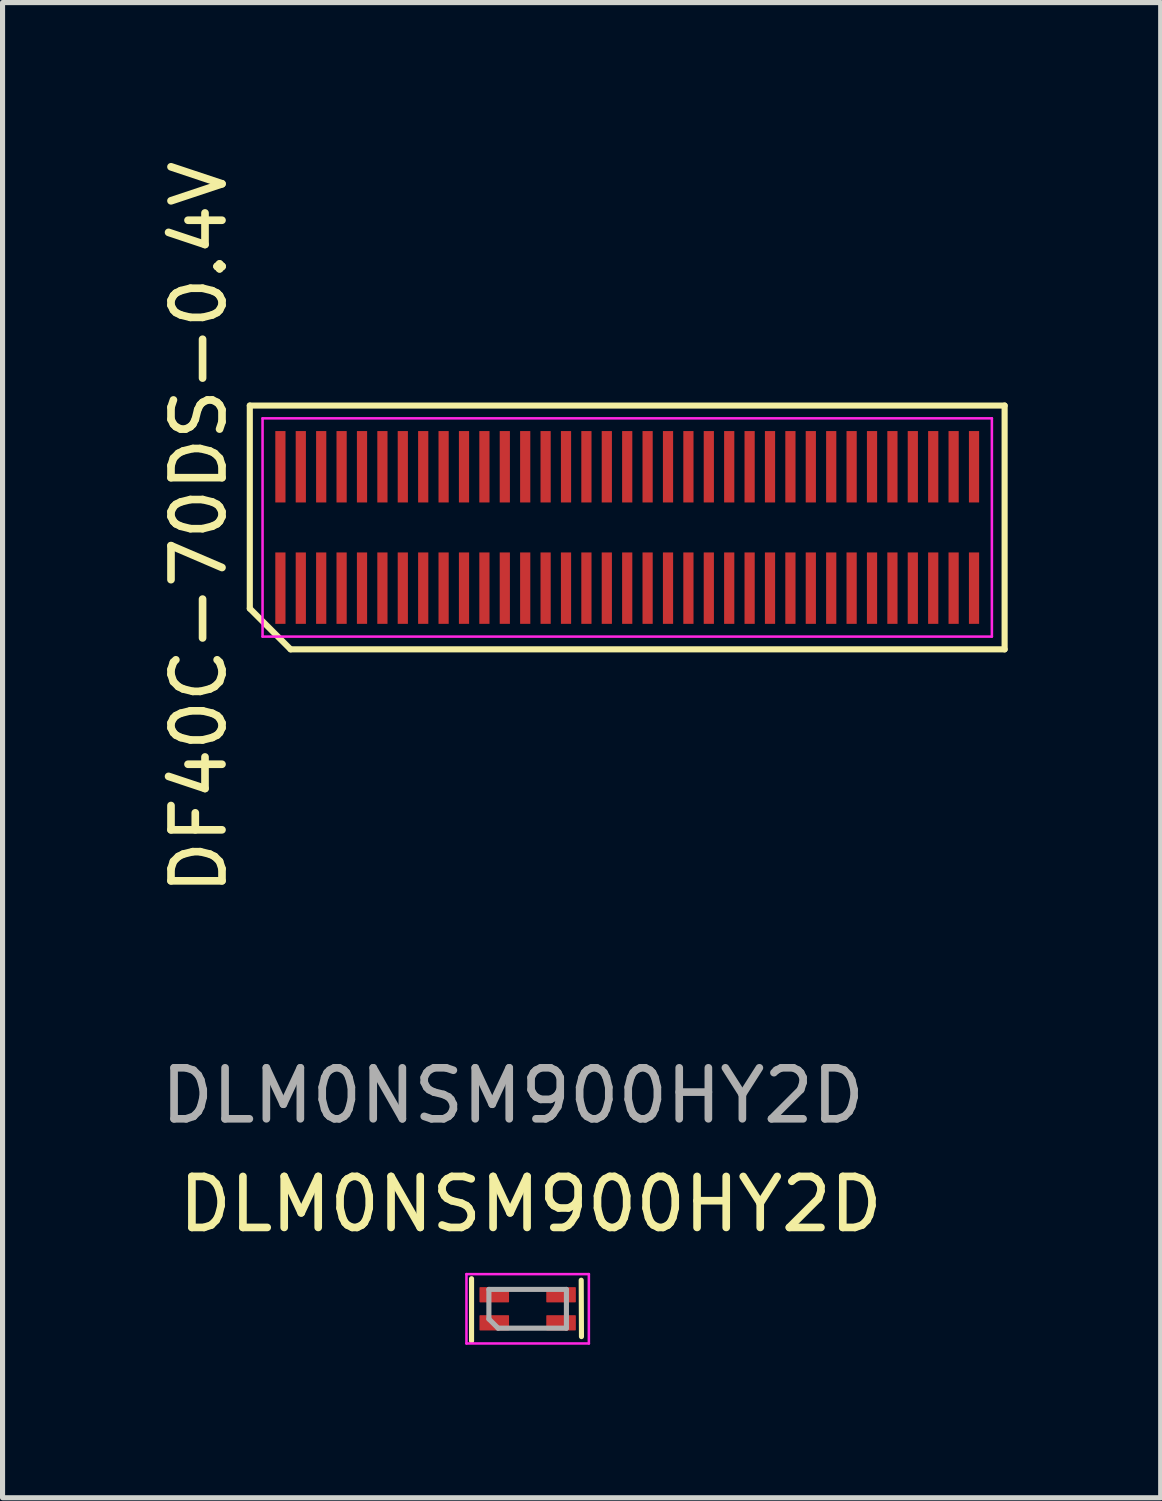
<source format=kicad_pcb>
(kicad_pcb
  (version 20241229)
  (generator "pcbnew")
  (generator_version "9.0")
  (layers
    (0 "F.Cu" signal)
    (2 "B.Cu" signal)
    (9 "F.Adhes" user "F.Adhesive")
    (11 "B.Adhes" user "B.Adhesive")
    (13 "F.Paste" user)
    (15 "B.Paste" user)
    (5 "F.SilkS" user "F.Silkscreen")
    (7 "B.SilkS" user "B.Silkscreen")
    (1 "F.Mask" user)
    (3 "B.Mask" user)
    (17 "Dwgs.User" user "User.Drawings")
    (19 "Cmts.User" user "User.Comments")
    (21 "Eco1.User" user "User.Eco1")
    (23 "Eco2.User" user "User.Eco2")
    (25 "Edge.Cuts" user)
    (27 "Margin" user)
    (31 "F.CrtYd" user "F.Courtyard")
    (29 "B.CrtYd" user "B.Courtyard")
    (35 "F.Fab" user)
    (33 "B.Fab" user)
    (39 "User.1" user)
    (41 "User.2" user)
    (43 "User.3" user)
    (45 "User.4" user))
  (footprint "DLM0NSM900HY2D"
    (layer "F.Cu")
    (at 7.396 22.642)
    (property "Reference" "DLM0NSM900HY2D" (at -0.04 -2.08 0) (unlocked yes) (layer "F.SilkS") (effects (font (size 1 1) (thickness 0.15))))
    (attr smd)
    (fp_line (start -1.2 0.6) (end -1.2 -0.62) (stroke (width 0.1) (type solid)) (layer "F.SilkS"))
    (fp_line (start 0.95 -0.59) (end 0.955 0.515) (stroke (width 0.1) (type solid)) (layer "F.SilkS"))
    (fp_line (start -1.3 0.65) (end -1.3 -0.71) (stroke (width 0.05) (type solid)) (layer "F.CrtYd"))
    (fp_line (start 1.1 -0.71) (end -1.3 -0.71) (stroke (width 0.05) (type solid)) (layer "F.CrtYd"))
    (fp_line (start 1.1 0.65) (end -1.3 0.65) (stroke (width 0.05) (type solid)) (layer "F.CrtYd"))
    (fp_line (start 1.1 0.65) (end 1.1 -0.71) (stroke (width 0.05) (type solid)) (layer "F.CrtYd"))
    (fp_line (start -0.86 -0.41) (end 0.66 -0.41) (stroke (width 0.1) (type solid)) (layer "F.Fab"))
    (fp_line (start -0.86 0.17) (end -0.86 -0.41) (stroke (width 0.1) (type solid)) (layer "F.Fab"))
    (fp_line (start -0.68 0.35) (end -0.86 0.17) (stroke (width 0.1) (type solid)) (layer "F.Fab"))
    (fp_line (start -0.68 0.35) (end 0.66 0.35) (stroke (width 0.1) (type solid)) (layer "F.Fab"))
    (fp_line (start 0.66 0.35) (end 0.66 -0.41) (stroke (width 0.1) (type solid)) (layer "F.Fab"))
    (fp_text user "${REFERENCE}" (at -0.39 -4.21 0) (unlocked yes) (layer "F.Fab") (effects (font (size 1 1) (thickness 0.15))))
    (pad "1" smd roundrect (at -0.755 0.245 90) (size 0.3 0.58) (layers "F.Cu" "F.Mask" "F.Paste") (roundrect_rratio 0.05))
    (pad "2" smd roundrect (at -0.755 -0.305 90) (size 0.3 0.58) (layers "F.Cu" "F.Mask" "F.Paste") (roundrect_rratio 0.05))
    (pad "3" smd roundrect (at 0.555 -0.305 90) (size 0.3 0.58) (layers "F.Cu" "F.Mask" "F.Paste") (roundrect_rratio 0.05))
    (pad "4" smd roundrect (at 0.555 0.245 90) (size 0.3 0.58) (layers "F.Cu" "F.Mask" "F.Paste") (roundrect_rratio 0.05)))
  (footprint "DF40C-70DS-0.4V"
    (layer "F.Cu")
    (at 9.248 7.292)
    (property "Reference" "DF40C-70DS-0.4V" (at -8.4 0 90) (layer "F.SilkS") (effects (font (size 1 1) (thickness 0.15))))
    (attr smd)
    (fp_line (start -7.4 -2.39) (end 7.4 -2.39) (stroke (width 0.12) (type default)) (layer "F.SilkS"))
    (fp_line (start -7.4 1.59) (end -7.4 -2.39) (stroke (width 0.12) (type default)) (layer "F.SilkS"))
    (fp_line (start -6.6 2.39) (end -7.4 1.59) (stroke (width 0.12) (type default)) (layer "F.SilkS"))
    (fp_line (start 7.4 -2.39) (end 7.4 2.39) (stroke (width 0.12) (type default)) (layer "F.SilkS"))
    (fp_line (start 7.4 2.39) (end -6.6 2.39) (stroke (width 0.12) (type default)) (layer "F.SilkS"))
    (fp_line (start -7.15 -2.14) (end 7.15 -2.14) (stroke (width 0.05) (type default)) (layer "F.CrtYd"))
    (fp_line (start -7.15 2.14) (end -7.15 -2.14) (stroke (width 0.05) (type default)) (layer "F.CrtYd"))
    (fp_line (start 7.15 -2.14) (end 7.15 2.14) (stroke (width 0.05) (type default)) (layer "F.CrtYd"))
    (fp_line (start 7.15 2.14) (end -7.15 2.14) (stroke (width 0.05) (type default)) (layer "F.CrtYd"))
    (pad "1" smd rect (at -6.8 1.19) (size 0.2 1.4) (layers "F.Cu" "F.Mask" "F.Paste"))
    (pad "2" smd rect (at -6.8 -1.19) (size 0.2 1.4) (layers "F.Cu" "F.Mask" "F.Paste"))
    (pad "3" smd rect (at -6.4 1.19) (size 0.2 1.4) (layers "F.Cu" "F.Mask" "F.Paste"))
    (pad "4" smd rect (at -6.4 -1.19) (size 0.2 1.4) (layers "F.Cu" "F.Mask" "F.Paste"))
    (pad "5" smd rect (at -6 1.19) (size 0.2 1.4) (layers "F.Cu" "F.Mask" "F.Paste"))
    (pad "6" smd rect (at -6 -1.19) (size 0.2 1.4) (layers "F.Cu" "F.Mask" "F.Paste"))
    (pad "7" smd rect (at -5.6 1.19) (size 0.2 1.4) (layers "F.Cu" "F.Mask" "F.Paste"))
    (pad "8" smd rect (at -5.6 -1.19) (size 0.2 1.4) (layers "F.Cu" "F.Mask" "F.Paste"))
    (pad "9" smd rect (at -5.2 1.19) (size 0.2 1.4) (layers "F.Cu" "F.Mask" "F.Paste"))
    (pad "10" smd rect (at -5.2 -1.19) (size 0.2 1.4) (layers "F.Cu" "F.Mask" "F.Paste"))
    (pad "11" smd rect (at -4.8 1.19) (size 0.2 1.4) (layers "F.Cu" "F.Mask" "F.Paste"))
    (pad "12" smd rect (at -4.8 -1.19) (size 0.2 1.4) (layers "F.Cu" "F.Mask" "F.Paste"))
    (pad "13" smd rect (at -4.4 1.19) (size 0.2 1.4) (layers "F.Cu" "F.Mask" "F.Paste"))
    (pad "14" smd rect (at -4.4 -1.19) (size 0.2 1.4) (layers "F.Cu" "F.Mask" "F.Paste"))
    (pad "15" smd rect (at -4 1.19) (size 0.2 1.4) (layers "F.Cu" "F.Mask" "F.Paste"))
    (pad "16" smd rect (at -4 -1.19) (size 0.2 1.4) (layers "F.Cu" "F.Mask" "F.Paste"))
    (pad "17" smd rect (at -3.6 1.19) (size 0.2 1.4) (layers "F.Cu" "F.Mask" "F.Paste"))
    (pad "18" smd rect (at -3.6 -1.19) (size 0.2 1.4) (layers "F.Cu" "F.Mask" "F.Paste"))
    (pad "19" smd rect (at -3.2 1.19) (size 0.2 1.4) (layers "F.Cu" "F.Mask" "F.Paste"))
    (pad "20" smd rect (at -3.2 -1.19) (size 0.2 1.4) (layers "F.Cu" "F.Mask" "F.Paste"))
    (pad "21" smd rect (at -2.8 1.19) (size 0.2 1.4) (layers "F.Cu" "F.Mask" "F.Paste"))
    (pad "22" smd rect (at -2.8 -1.19) (size 0.2 1.4) (layers "F.Cu" "F.Mask" "F.Paste"))
    (pad "23" smd rect (at -2.4 1.19) (size 0.2 1.4) (layers "F.Cu" "F.Mask" "F.Paste"))
    (pad "24" smd rect (at -2.4 -1.19) (size 0.2 1.4) (layers "F.Cu" "F.Mask" "F.Paste"))
    (pad "25" smd rect (at -2 1.19) (size 0.2 1.4) (layers "F.Cu" "F.Mask" "F.Paste"))
    (pad "26" smd rect (at -2 -1.19) (size 0.2 1.4) (layers "F.Cu" "F.Mask" "F.Paste"))
    (pad "27" smd rect (at -1.6 1.19) (size 0.2 1.4) (layers "F.Cu" "F.Mask" "F.Paste"))
    (pad "28" smd rect (at -1.6 -1.19) (size 0.2 1.4) (layers "F.Cu" "F.Mask" "F.Paste"))
    (pad "29" smd rect (at -1.2 1.19) (size 0.2 1.4) (layers "F.Cu" "F.Mask" "F.Paste"))
    (pad "30" smd rect (at -1.2 -1.19) (size 0.2 1.4) (layers "F.Cu" "F.Mask" "F.Paste"))
    (pad "31" smd rect (at -0.8 1.19) (size 0.2 1.4) (layers "F.Cu" "F.Mask" "F.Paste"))
    (pad "32" smd rect (at -0.8 -1.19) (size 0.2 1.4) (layers "F.Cu" "F.Mask" "F.Paste"))
    (pad "33" smd rect (at -0.4 1.19) (size 0.2 1.4) (layers "F.Cu" "F.Mask" "F.Paste"))
    (pad "34" smd rect (at -0.4 -1.19) (size 0.2 1.4) (layers "F.Cu" "F.Mask" "F.Paste"))
    (pad "35" smd rect (at 0 1.19) (size 0.2 1.4) (layers "F.Cu" "F.Mask" "F.Paste"))
    (pad "36" smd rect (at 0 -1.19) (size 0.2 1.4) (layers "F.Cu" "F.Mask" "F.Paste"))
    (pad "37" smd rect (at 0.4 1.19) (size 0.2 1.4) (layers "F.Cu" "F.Mask" "F.Paste"))
    (pad "38" smd rect (at 0.4 -1.19) (size 0.2 1.4) (layers "F.Cu" "F.Mask" "F.Paste"))
    (pad "39" smd rect (at 0.8 1.19) (size 0.2 1.4) (layers "F.Cu" "F.Mask" "F.Paste"))
    (pad "40" smd rect (at 0.8 -1.19) (size 0.2 1.4) (layers "F.Cu" "F.Mask" "F.Paste"))
    (pad "41" smd rect (at 1.2 1.19) (size 0.2 1.4) (layers "F.Cu" "F.Mask" "F.Paste"))
    (pad "42" smd rect (at 1.2 -1.19) (size 0.2 1.4) (layers "F.Cu" "F.Mask" "F.Paste"))
    (pad "43" smd rect (at 1.6 1.19) (size 0.2 1.4) (layers "F.Cu" "F.Mask" "F.Paste"))
    (pad "44" smd rect (at 1.6 -1.19) (size 0.2 1.4) (layers "F.Cu" "F.Mask" "F.Paste"))
    (pad "45" smd rect (at 2 1.19) (size 0.2 1.4) (layers "F.Cu" "F.Mask" "F.Paste"))
    (pad "46" smd rect (at 2 -1.19) (size 0.2 1.4) (layers "F.Cu" "F.Mask" "F.Paste"))
    (pad "47" smd rect (at 2.4 1.19) (size 0.2 1.4) (layers "F.Cu" "F.Mask" "F.Paste"))
    (pad "48" smd rect (at 2.4 -1.19) (size 0.2 1.4) (layers "F.Cu" "F.Mask" "F.Paste"))
    (pad "49" smd rect (at 2.8 1.19) (size 0.2 1.4) (layers "F.Cu" "F.Mask" "F.Paste"))
    (pad "50" smd rect (at 2.8 -1.19) (size 0.2 1.4) (layers "F.Cu" "F.Mask" "F.Paste"))
    (pad "51" smd rect (at 3.2 1.19) (size 0.2 1.4) (layers "F.Cu" "F.Mask" "F.Paste"))
    (pad "52" smd rect (at 3.2 -1.19) (size 0.2 1.4) (layers "F.Cu" "F.Mask" "F.Paste"))
    (pad "53" smd rect (at 3.6 1.19) (size 0.2 1.4) (layers "F.Cu" "F.Mask" "F.Paste"))
    (pad "54" smd rect (at 3.6 -1.19) (size 0.2 1.4) (layers "F.Cu" "F.Mask" "F.Paste"))
    (pad "55" smd rect (at 4 1.19) (size 0.2 1.4) (layers "F.Cu" "F.Mask" "F.Paste"))
    (pad "56" smd rect (at 4 -1.19) (size 0.2 1.4) (layers "F.Cu" "F.Mask" "F.Paste"))
    (pad "57" smd rect (at 4.4 1.19) (size 0.2 1.4) (layers "F.Cu" "F.Mask" "F.Paste"))
    (pad "58" smd rect (at 4.4 -1.19) (size 0.2 1.4) (layers "F.Cu" "F.Mask" "F.Paste"))
    (pad "59" smd rect (at 4.8 1.19) (size 0.2 1.4) (layers "F.Cu" "F.Mask" "F.Paste"))
    (pad "60" smd rect (at 4.8 -1.19) (size 0.2 1.4) (layers "F.Cu" "F.Mask" "F.Paste"))
    (pad "61" smd rect (at 5.2 1.19) (size 0.2 1.4) (layers "F.Cu" "F.Mask" "F.Paste"))
    (pad "62" smd rect (at 5.2 -1.19) (size 0.2 1.4) (layers "F.Cu" "F.Mask" "F.Paste"))
    (pad "63" smd rect (at 5.6 1.19) (size 0.2 1.4) (layers "F.Cu" "F.Mask" "F.Paste"))
    (pad "64" smd rect (at 5.6 -1.19) (size 0.2 1.4) (layers "F.Cu" "F.Mask" "F.Paste"))
    (pad "65" smd rect (at 6 1.19) (size 0.2 1.4) (layers "F.Cu" "F.Mask" "F.Paste"))
    (pad "66" smd rect (at 6 -1.19) (size 0.2 1.4) (layers "F.Cu" "F.Mask" "F.Paste"))
    (pad "67" smd rect (at 6.4 1.19) (size 0.2 1.4) (layers "F.Cu" "F.Mask" "F.Paste"))
    (pad "68" smd rect (at 6.4 -1.19) (size 0.2 1.4) (layers "F.Cu" "F.Mask" "F.Paste"))
    (pad "69" smd rect (at 6.8 1.19) (size 0.2 1.4) (layers "F.Cu" "F.Mask" "F.Paste"))
    (pad "70" smd rect (at 6.8 -1.19) (size 0.2 1.4) (layers "F.Cu" "F.Mask" "F.Paste")))
  (gr_rect
    (start -3 -3)
    (end 19.708 26.317)
    (stroke (width 0.1) (type default))
    (fill no)
    (layer "Edge.Cuts")))
</source>
